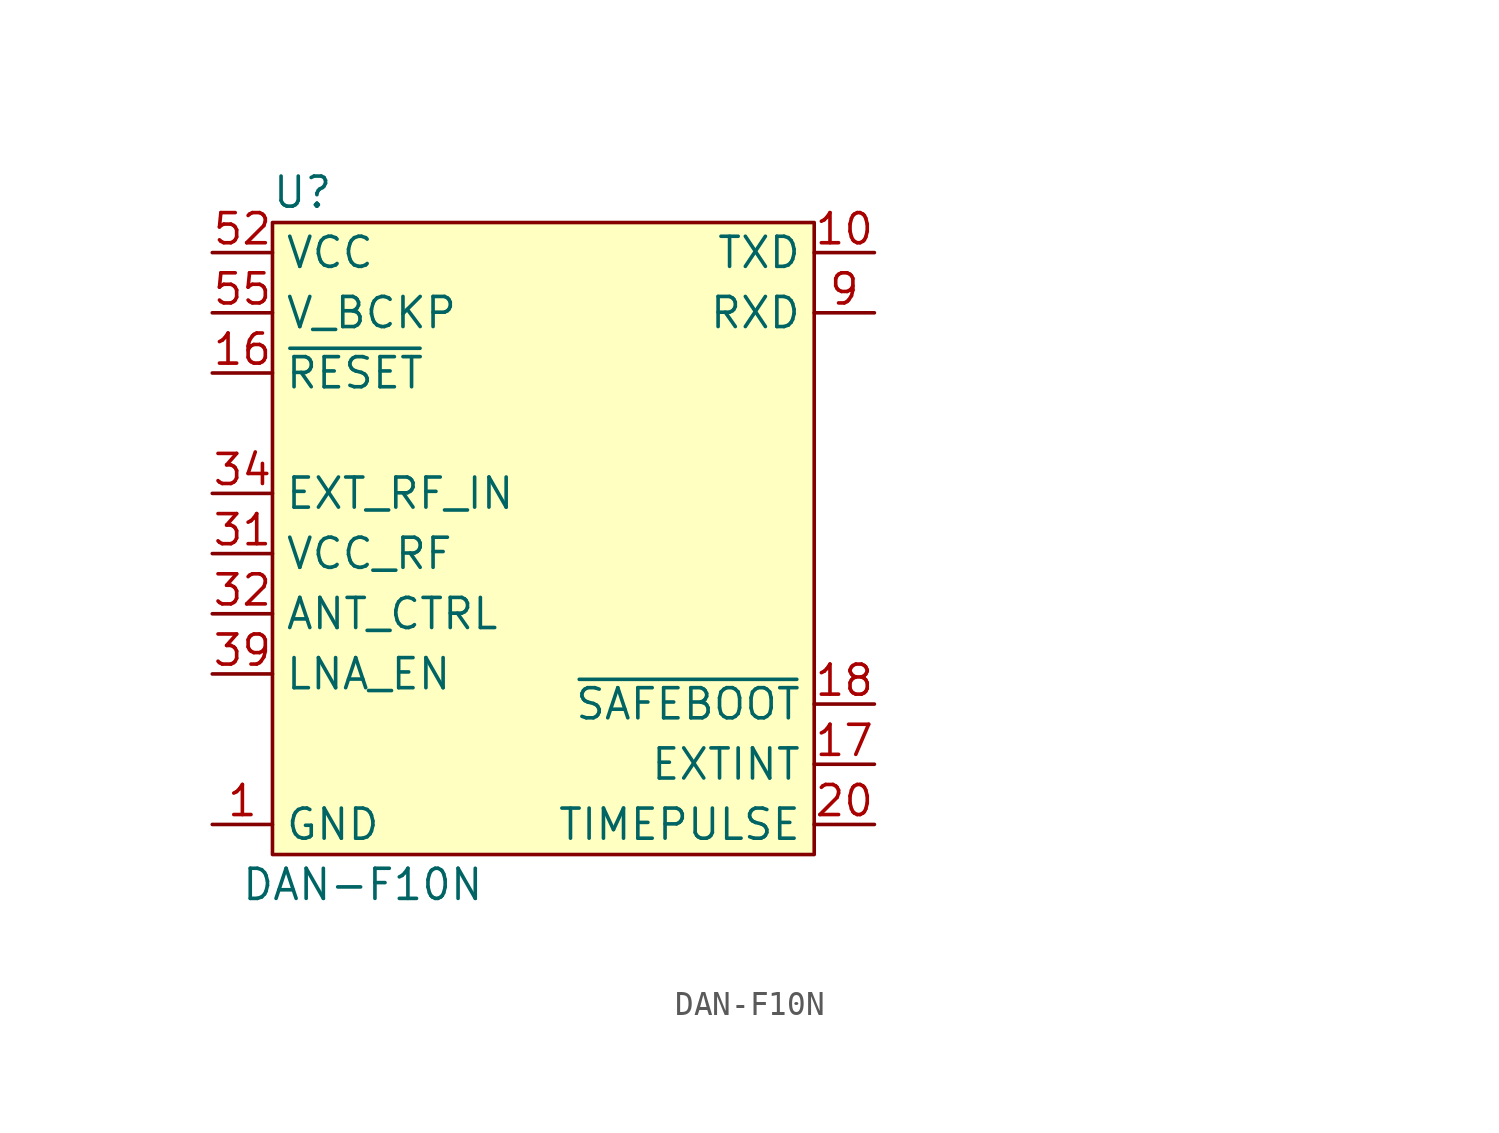
<source format=kicad_sym>
(kicad_symbol_lib
  (version 20231120)
  (generator "kicad_symbol_editor")
  (generator_version "8.0")
  (symbol "DAN-F10N"
    (property "Reference" "U"
      (at -10.16 13.97 0)
      (effects (font (size 1.27 1.27))))
    (property "Value" "DAN-F10N"
      (at -7.62 -15.24 0)
      (effects (font (size 1.27 1.27))))
    (symbol "DAN-F10N_1_1"
      (rectangle (start -11.43 12.7) (end 11.43 -13.97) (stroke (width 0) (type default)) (fill (type background)))
      (pin power_in line (at -13.97 -12.7 0) (length 2.54) (name "GND" (effects (font (size 1.27 1.27)))) (number "1" (effects (font (size 1.27 1.27)))) (alternate "PowerPins" input line))
      (pin output line (at 13.97 11.43 180) (length 2.54) (name "TXD" (effects (font (size 1.27 1.27)))) (number "10" (effects (font (size 1.27 1.27)))))
      (pin no_connect line (at 29.21 3.81 0) (length 2.54) hide (name "Reserved" (effects (font (size 1.27 1.27)))) (number "11" (effects (font (size 1.27 1.27)))))
      (pin no_connect line (at 29.21 1.27 0) (length 2.54) hide (name "Reserved" (effects (font (size 1.27 1.27)))) (number "12" (effects (font (size 1.27 1.27)))))
      (pin power_in line (at -13.97 -12.7 0) (length 2.54) hide (name "GND" (effects (font (size 1.27 1.27)))) (number "13" (effects (font (size 1.27 1.27)))))
      (pin power_in line (at -13.97 -12.7 0) (length 2.54) hide (name "GND" (effects (font (size 1.27 1.27)))) (number "14" (effects (font (size 1.27 1.27)))))
      (pin power_in line (at -13.97 -12.7 0) (length 2.54) hide (name "GND" (effects (font (size 1.27 1.27)))) (number "15" (effects (font (size 1.27 1.27)))))
      (pin input line (at -13.97 6.35 0) (length 2.54) (name "~{RESET}" (effects (font (size 1.27 1.27)))) (number "16" (effects (font (size 1.27 1.27)))))
      (pin input line (at 13.97 -10.16 180) (length 2.54) (name "EXTINT" (effects (font (size 1.27 1.27)))) (number "17" (effects (font (size 1.27 1.27)))))
      (pin input line (at 13.97 -7.62 180) (length 2.54) (name "~{SAFEBOOT}" (effects (font (size 1.27 1.27)))) (number "18" (effects (font (size 1.27 1.27)))))
      (pin power_in line (at -13.97 -12.7 0) (length 2.54) hide (name "GND" (effects (font (size 1.27 1.27)))) (number "19" (effects (font (size 1.27 1.27)))))
      (pin power_in line (at -13.97 -12.7 0) (length 2.54) hide (name "GND" (effects (font (size 1.27 1.27)))) (number "2" (effects (font (size 1.27 1.27)))))
      (pin output line (at 13.97 -12.7 180) (length 2.54) (name "TIMEPULSE" (effects (font (size 1.27 1.27)))) (number "20" (effects (font (size 1.27 1.27)))))
      (pin power_in line (at -13.97 -12.7 0) (length 2.54) hide (name "GND" (effects (font (size 1.27 1.27)))) (number "21" (effects (font (size 1.27 1.27)))))
      (pin power_in line (at -13.97 -12.7 0) (length 2.54) hide (name "GND" (effects (font (size 1.27 1.27)))) (number "22" (effects (font (size 1.27 1.27)))))
      (pin power_in line (at -13.97 -12.7 0) (length 2.54) hide (name "GND" (effects (font (size 1.27 1.27)))) (number "23" (effects (font (size 1.27 1.27)))))
      (pin no_connect line (at 29.21 -1.27 0) (length 2.54) hide (name "Reserved" (effects (font (size 1.27 1.27)))) (number "24" (effects (font (size 1.27 1.27)))))
      (pin no_connect line (at 29.21 -3.81 0) (length 2.54) hide (name "Reserved" (effects (font (size 1.27 1.27)))) (number "25" (effects (font (size 1.27 1.27)))))
      (pin power_in line (at -13.97 -12.7 0) (length 2.54) hide (name "GND" (effects (font (size 1.27 1.27)))) (number "26" (effects (font (size 1.27 1.27)))))
      (pin power_in line (at -13.97 -12.7 0) (length 2.54) hide (name "GND" (effects (font (size 1.27 1.27)))) (number "27" (effects (font (size 1.27 1.27)))))
      (pin power_in line (at -13.97 -12.7 0) (length 2.54) hide (name "GND" (effects (font (size 1.27 1.27)))) (number "28" (effects (font (size 1.27 1.27)))))
      (pin power_in line (at -13.97 -12.7 0) (length 2.54) hide (name "GND" (effects (font (size 1.27 1.27)))) (number "29" (effects (font (size 1.27 1.27)))))
      (pin power_in line (at -13.97 -12.7 0) (length 2.54) hide (name "GND" (effects (font (size 1.27 1.27)))) (number "3" (effects (font (size 1.27 1.27)))))
      (pin power_in line (at -13.97 -12.7 0) (length 2.54) hide (name "GND" (effects (font (size 1.27 1.27)))) (number "30" (effects (font (size 1.27 1.27)))))
      (pin output line (at -13.97 -1.27 0) (length 2.54) (name "VCC_RF" (effects (font (size 1.27 1.27)))) (number "31" (effects (font (size 1.27 1.27)))))
      (pin input line (at -13.97 -3.81 0) (length 2.54) (name "ANT_CTRL" (effects (font (size 1.27 1.27)))) (number "32" (effects (font (size 1.27 1.27)))))
      (pin power_in line (at -13.97 -12.7 0) (length 2.54) hide (name "GND" (effects (font (size 1.27 1.27)))) (number "33" (effects (font (size 1.27 1.27)))))
      (pin input line (at -13.97 1.27 0) (length 2.54) (name "EXT_RF_IN" (effects (font (size 1.27 1.27)))) (number "34" (effects (font (size 1.27 1.27)))))
      (pin power_in line (at -13.97 -12.7 0) (length 2.54) hide (name "GND" (effects (font (size 1.27 1.27)))) (number "35" (effects (font (size 1.27 1.27)))))
      (pin no_connect line (at 29.21 -6.35 0) (length 2.54) hide (name "Reserved" (effects (font (size 1.27 1.27)))) (number "36" (effects (font (size 1.27 1.27)))))
      (pin power_in line (at -13.97 -12.7 0) (length 2.54) hide (name "GND" (effects (font (size 1.27 1.27)))) (number "37" (effects (font (size 1.27 1.27)))))
      (pin power_in line (at -13.97 -12.7 0) (length 2.54) hide (name "GND" (effects (font (size 1.27 1.27)))) (number "38" (effects (font (size 1.27 1.27)))))
      (pin output line (at -13.97 -6.35 0) (length 2.54) (name "LNA_EN" (effects (font (size 1.27 1.27)))) (number "39" (effects (font (size 1.27 1.27)))))
      (pin power_in line (at -13.97 -12.7 0) (length 2.54) hide (name "GND" (effects (font (size 1.27 1.27)))) (number "4" (effects (font (size 1.27 1.27)))))
      (pin power_in line (at -13.97 -12.7 0) (length 2.54) hide (name "GND" (effects (font (size 1.27 1.27)))) (number "40" (effects (font (size 1.27 1.27)))))
      (pin power_in line (at -13.97 -12.7 0) (length 2.54) hide (name "GND" (effects (font (size 1.27 1.27)))) (number "41" (effects (font (size 1.27 1.27)))))
      (pin power_in line (at -13.97 -12.7 0) (length 2.54) hide (name "GND" (effects (font (size 1.27 1.27)))) (number "42" (effects (font (size 1.27 1.27)))))
      (pin power_in line (at -13.97 -12.7 0) (length 2.54) hide (name "GND" (effects (font (size 1.27 1.27)))) (number "43" (effects (font (size 1.27 1.27)))))
      (pin power_in line (at -13.97 -12.7 0) (length 2.54) hide (name "GND" (effects (font (size 1.27 1.27)))) (number "44" (effects (font (size 1.27 1.27)))))
      (pin no_connect line (at 29.21 -8.89 0) (length 2.54) hide (name "Reserved" (effects (font (size 1.27 1.27)))) (number "45" (effects (font (size 1.27 1.27)))))
      (pin no_connect line (at 29.21 -11.43 0) (length 2.54) hide (name "Reserved" (effects (font (size 1.27 1.27)))) (number "46" (effects (font (size 1.27 1.27)))))
      (pin power_in line (at -13.97 -12.7 0) (length 2.54) hide (name "GND" (effects (font (size 1.27 1.27)))) (number "47" (effects (font (size 1.27 1.27)))))
      (pin power_in line (at -13.97 -12.7 0) (length 2.54) hide (name "GND" (effects (font (size 1.27 1.27)))) (number "48" (effects (font (size 1.27 1.27)))))
      (pin power_in line (at -13.97 -12.7 0) (length 2.54) hide (name "GND" (effects (font (size 1.27 1.27)))) (number "49" (effects (font (size 1.27 1.27)))))
      (pin power_in line (at -13.97 -12.7 0) (length 2.54) hide (name "GND" (effects (font (size 1.27 1.27)))) (number "5" (effects (font (size 1.27 1.27)))))
      (pin power_in line (at -13.97 -12.7 0) (length 2.54) hide (name "GND" (effects (font (size 1.27 1.27)))) (number "50" (effects (font (size 1.27 1.27)))))
      (pin power_in line (at -13.97 -12.7 0) (length 2.54) hide (name "GND" (effects (font (size 1.27 1.27)))) (number "51" (effects (font (size 1.27 1.27)))))
      (pin power_in line (at -13.97 11.43 0) (length 2.54) (name "VCC" (effects (font (size 1.27 1.27)))) (number "52" (effects (font (size 1.27 1.27)))))
      (pin power_in line (at -13.97 11.43 0) (length 2.54) hide (name "VCC" (effects (font (size 1.27 1.27)))) (number "53" (effects (font (size 1.27 1.27)))))
      (pin power_in line (at -13.97 -12.7 0) (length 2.54) hide (name "GND" (effects (font (size 1.27 1.27)))) (number "54" (effects (font (size 1.27 1.27)))))
      (pin power_in line (at -13.97 8.89 0) (length 2.54) (name "V_BCKP" (effects (font (size 1.27 1.27)))) (number "55" (effects (font (size 1.27 1.27)))))
      (pin power_in line (at -13.97 -12.7 0) (length 2.54) hide (name "GND" (effects (font (size 1.27 1.27)))) (number "56" (effects (font (size 1.27 1.27)))))
      (pin power_in line (at -13.97 -12.7 0) (length 2.54) hide (name "GND" (effects (font (size 1.27 1.27)))) (number "57" (effects (font (size 1.27 1.27)))))
      (pin power_in line (at -13.97 -12.7 0) (length 2.54) hide (name "GND" (effects (font (size 1.27 1.27)))) (number "6" (effects (font (size 1.27 1.27)))))
      (pin power_in line (at -13.97 -12.7 0) (length 2.54) hide (name "GND" (effects (font (size 1.27 1.27)))) (number "7" (effects (font (size 1.27 1.27)))))
      (pin power_in line (at -13.97 -12.7 0) (length 2.54) hide (name "GND" (effects (font (size 1.27 1.27)))) (number "8" (effects (font (size 1.27 1.27)))))
      (pin input line (at 13.97 8.89 180) (length 2.54) (name "RXD" (effects (font (size 1.27 1.27)))) (number "9" (effects (font (size 1.27 1.27))))))))
</source>
